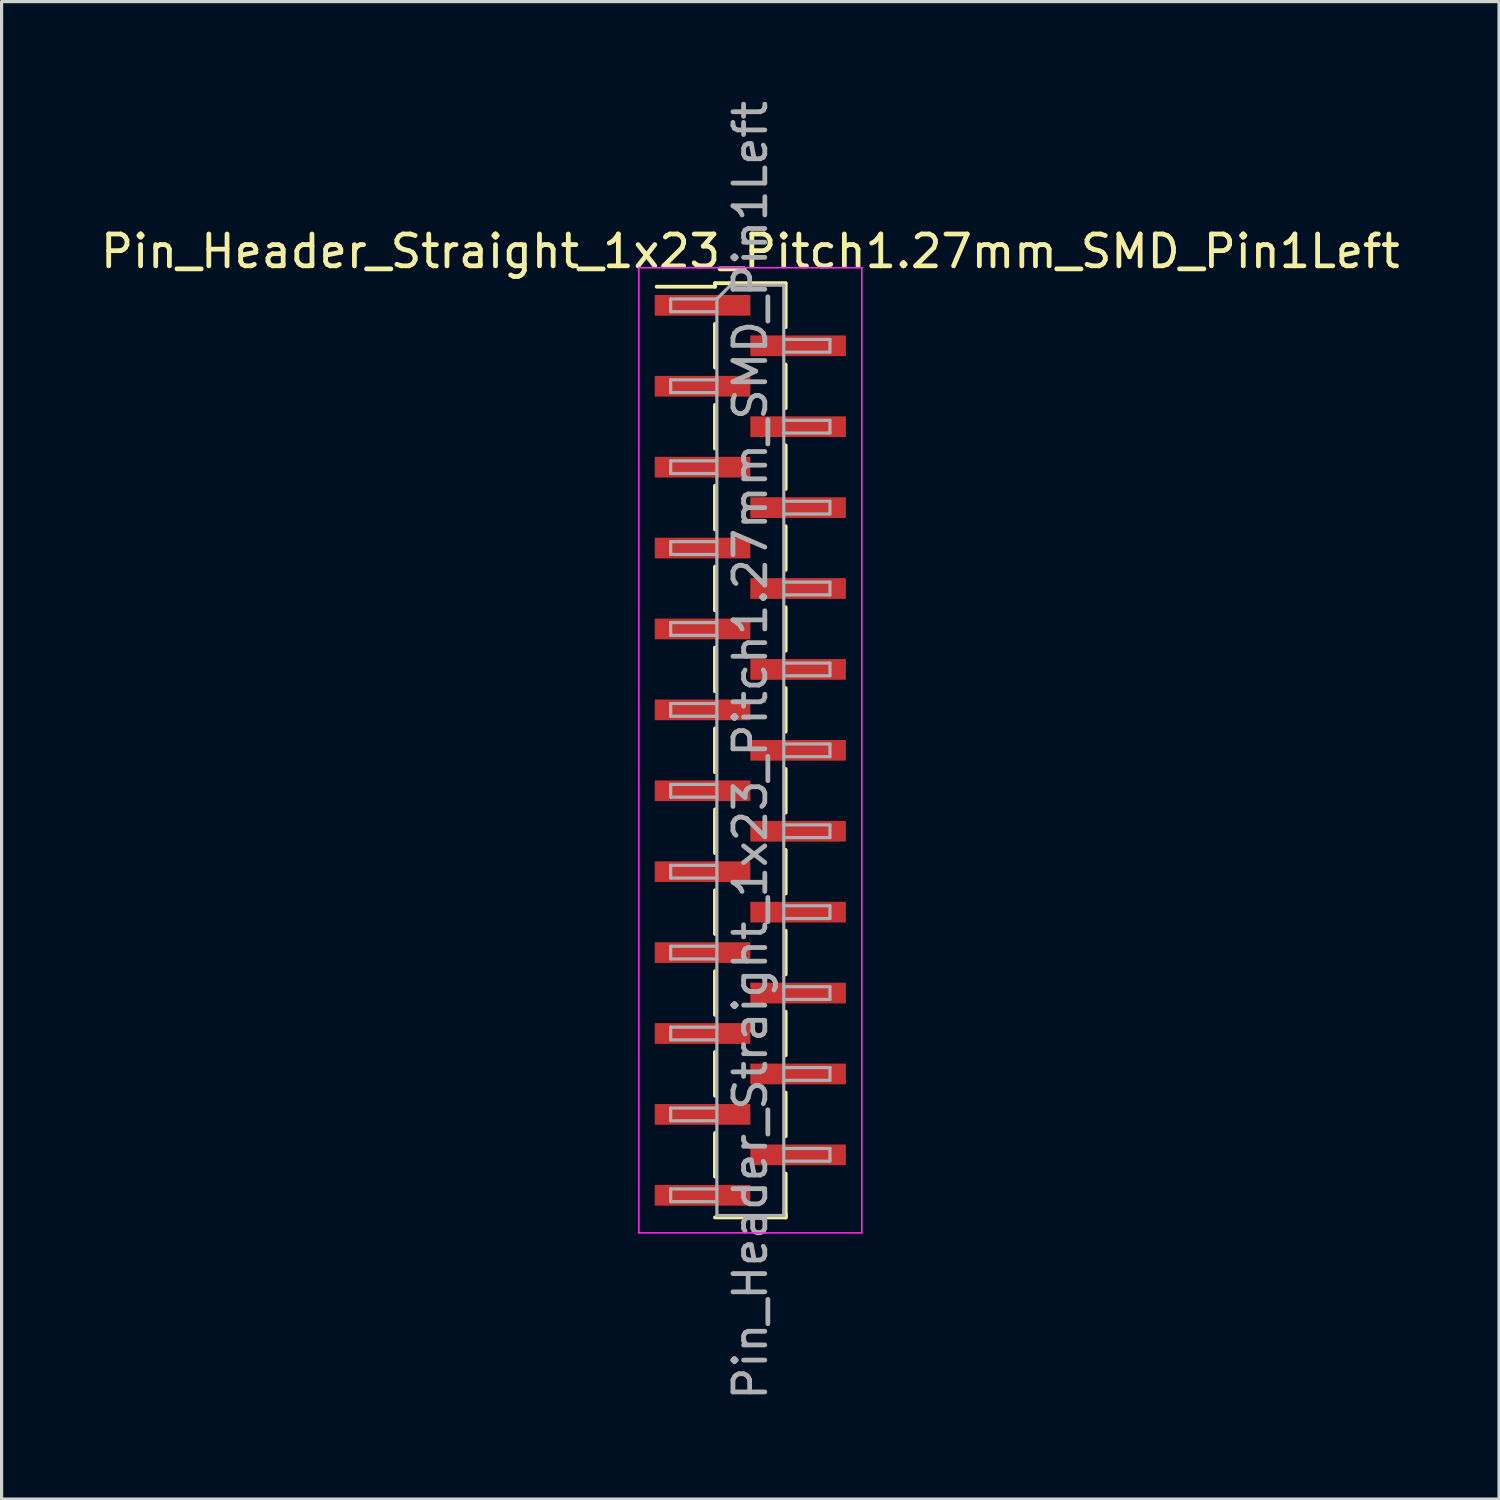
<source format=kicad_pcb>
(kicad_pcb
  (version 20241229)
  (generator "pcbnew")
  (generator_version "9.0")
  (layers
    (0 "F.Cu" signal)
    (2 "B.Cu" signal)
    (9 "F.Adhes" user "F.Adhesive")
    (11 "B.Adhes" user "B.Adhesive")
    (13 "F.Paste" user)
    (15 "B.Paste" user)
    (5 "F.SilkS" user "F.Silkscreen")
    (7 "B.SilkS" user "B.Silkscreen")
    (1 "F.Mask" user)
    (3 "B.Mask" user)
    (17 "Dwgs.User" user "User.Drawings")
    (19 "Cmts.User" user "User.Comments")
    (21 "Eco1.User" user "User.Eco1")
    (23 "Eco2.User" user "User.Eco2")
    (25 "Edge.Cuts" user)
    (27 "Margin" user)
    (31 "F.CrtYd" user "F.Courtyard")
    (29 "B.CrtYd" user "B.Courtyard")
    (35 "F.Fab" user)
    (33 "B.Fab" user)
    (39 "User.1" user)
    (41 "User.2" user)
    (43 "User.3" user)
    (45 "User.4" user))
  (footprint "Pin_Header_Straight_1x23_Pitch1.27mm_SMD_Pin1Left"
    (layer "F.Cu")
    (at 20.506 20.506)
    (property "Reference" "Pin_Header_Straight_1x23_Pitch1.27mm_SMD_Pin1Left" (at 0 -15.665 0) (layer "F.SilkS") (effects (font (size 1 1) (thickness 0.15))))
    (attr smd)
    (fp_line (start -1.11 -14.665) (end -1.11 -14.555) (stroke (width 0.12) (type solid)) (layer "F.SilkS"))
    (fp_line (start -1.11 -14.665) (end 1.11 -14.665) (stroke (width 0.12) (type solid)) (layer "F.SilkS"))
    (fp_line (start -1.11 -14.555) (end -2.94 -14.555) (stroke (width 0.12) (type solid)) (layer "F.SilkS"))
    (fp_line (start -1.11 -13.385) (end -1.11 -12.015) (stroke (width 0.12) (type solid)) (layer "F.SilkS"))
    (fp_line (start -1.11 -10.845) (end -1.11 -9.475) (stroke (width 0.12) (type solid)) (layer "F.SilkS"))
    (fp_line (start -1.11 -8.305) (end -1.11 -6.935) (stroke (width 0.12) (type solid)) (layer "F.SilkS"))
    (fp_line (start -1.11 -5.765) (end -1.11 -4.395) (stroke (width 0.12) (type solid)) (layer "F.SilkS"))
    (fp_line (start -1.11 -3.225) (end -1.11 -1.855) (stroke (width 0.12) (type solid)) (layer "F.SilkS"))
    (fp_line (start -1.11 -0.685) (end -1.11 0.685) (stroke (width 0.12) (type solid)) (layer "F.SilkS"))
    (fp_line (start -1.11 1.855) (end -1.11 3.225) (stroke (width 0.12) (type solid)) (layer "F.SilkS"))
    (fp_line (start -1.11 4.395) (end -1.11 5.765) (stroke (width 0.12) (type solid)) (layer "F.SilkS"))
    (fp_line (start -1.11 6.935) (end -1.11 8.305) (stroke (width 0.12) (type solid)) (layer "F.SilkS"))
    (fp_line (start -1.11 9.475) (end -1.11 10.845) (stroke (width 0.12) (type solid)) (layer "F.SilkS"))
    (fp_line (start -1.11 12.015) (end -1.11 13.385) (stroke (width 0.12) (type solid)) (layer "F.SilkS"))
    (fp_line (start -1.11 14.665) (end 1.11 14.665) (stroke (width 0.12) (type solid)) (layer "F.SilkS"))
    (fp_line (start 1.11 -14.655) (end 1.11 -13.285) (stroke (width 0.12) (type solid)) (layer "F.SilkS"))
    (fp_line (start 1.11 -12.115) (end 1.11 -10.745) (stroke (width 0.12) (type solid)) (layer "F.SilkS"))
    (fp_line (start 1.11 -9.575) (end 1.11 -8.205) (stroke (width 0.12) (type solid)) (layer "F.SilkS"))
    (fp_line (start 1.11 -7.035) (end 1.11 -5.665) (stroke (width 0.12) (type solid)) (layer "F.SilkS"))
    (fp_line (start 1.11 -4.495) (end 1.11 -3.125) (stroke (width 0.12) (type solid)) (layer "F.SilkS"))
    (fp_line (start 1.11 -1.955) (end 1.11 -0.585) (stroke (width 0.12) (type solid)) (layer "F.SilkS"))
    (fp_line (start 1.11 0.585) (end 1.11 1.955) (stroke (width 0.12) (type solid)) (layer "F.SilkS"))
    (fp_line (start 1.11 3.125) (end 1.11 4.495) (stroke (width 0.12) (type solid)) (layer "F.SilkS"))
    (fp_line (start 1.11 5.665) (end 1.11 7.035) (stroke (width 0.12) (type solid)) (layer "F.SilkS"))
    (fp_line (start 1.11 8.205) (end 1.11 9.575) (stroke (width 0.12) (type solid)) (layer "F.SilkS"))
    (fp_line (start 1.11 10.745) (end 1.11 12.115) (stroke (width 0.12) (type solid)) (layer "F.SilkS"))
    (fp_line (start 1.11 13.285) (end 1.11 14.655) (stroke (width 0.12) (type solid)) (layer "F.SilkS"))
    (fp_line (start 1.11 14.555) (end 1.11 14.665) (stroke (width 0.12) (type solid)) (layer "F.SilkS"))
    (fp_line (start -3.5 -15.15) (end -3.5 15.15) (stroke (width 0.05) (type solid)) (layer "F.CrtYd"))
    (fp_line (start -3.5 15.15) (end 3.5 15.15) (stroke (width 0.05) (type solid)) (layer "F.CrtYd"))
    (fp_line (start 3.5 -15.15) (end -3.5 -15.15) (stroke (width 0.05) (type solid)) (layer "F.CrtYd"))
    (fp_line (start 3.5 15.15) (end 3.5 -15.15) (stroke (width 0.05) (type solid)) (layer "F.CrtYd"))
    (fp_line (start -2.5 -14.17) (end -2.5 -13.77) (stroke (width 0.1) (type solid)) (layer "F.Fab"))
    (fp_line (start -2.5 -13.77) (end -1.05 -13.77) (stroke (width 0.1) (type solid)) (layer "F.Fab"))
    (fp_line (start -2.5 -11.63) (end -2.5 -11.23) (stroke (width 0.1) (type solid)) (layer "F.Fab"))
    (fp_line (start -2.5 -11.23) (end -1.05 -11.23) (stroke (width 0.1) (type solid)) (layer "F.Fab"))
    (fp_line (start -2.5 -9.09) (end -2.5 -8.69) (stroke (width 0.1) (type solid)) (layer "F.Fab"))
    (fp_line (start -2.5 -8.69) (end -1.05 -8.69) (stroke (width 0.1) (type solid)) (layer "F.Fab"))
    (fp_line (start -2.5 -6.55) (end -2.5 -6.15) (stroke (width 0.1) (type solid)) (layer "F.Fab"))
    (fp_line (start -2.5 -6.15) (end -1.05 -6.15) (stroke (width 0.1) (type solid)) (layer "F.Fab"))
    (fp_line (start -2.5 -4.01) (end -2.5 -3.61) (stroke (width 0.1) (type solid)) (layer "F.Fab"))
    (fp_line (start -2.5 -3.61) (end -1.05 -3.61) (stroke (width 0.1) (type solid)) (layer "F.Fab"))
    (fp_line (start -2.5 -1.47) (end -2.5 -1.07) (stroke (width 0.1) (type solid)) (layer "F.Fab"))
    (fp_line (start -2.5 -1.07) (end -1.05 -1.07) (stroke (width 0.1) (type solid)) (layer "F.Fab"))
    (fp_line (start -2.5 1.07) (end -2.5 1.47) (stroke (width 0.1) (type solid)) (layer "F.Fab"))
    (fp_line (start -2.5 1.47) (end -1.05 1.47) (stroke (width 0.1) (type solid)) (layer "F.Fab"))
    (fp_line (start -2.5 3.61) (end -2.5 4.01) (stroke (width 0.1) (type solid)) (layer "F.Fab"))
    (fp_line (start -2.5 4.01) (end -1.05 4.01) (stroke (width 0.1) (type solid)) (layer "F.Fab"))
    (fp_line (start -2.5 6.15) (end -2.5 6.55) (stroke (width 0.1) (type solid)) (layer "F.Fab"))
    (fp_line (start -2.5 6.55) (end -1.05 6.55) (stroke (width 0.1) (type solid)) (layer "F.Fab"))
    (fp_line (start -2.5 8.69) (end -2.5 9.09) (stroke (width 0.1) (type solid)) (layer "F.Fab"))
    (fp_line (start -2.5 9.09) (end -1.05 9.09) (stroke (width 0.1) (type solid)) (layer "F.Fab"))
    (fp_line (start -2.5 11.23) (end -2.5 11.63) (stroke (width 0.1) (type solid)) (layer "F.Fab"))
    (fp_line (start -2.5 11.63) (end -1.05 11.63) (stroke (width 0.1) (type solid)) (layer "F.Fab"))
    (fp_line (start -2.5 13.77) (end -2.5 14.17) (stroke (width 0.1) (type solid)) (layer "F.Fab"))
    (fp_line (start -2.5 14.17) (end -1.05 14.17) (stroke (width 0.1) (type solid)) (layer "F.Fab"))
    (fp_line (start -1.05 -14.17) (end -2.5 -14.17) (stroke (width 0.1) (type solid)) (layer "F.Fab"))
    (fp_line (start -1.05 -14.17) (end -0.615 -14.605) (stroke (width 0.1) (type solid)) (layer "F.Fab"))
    (fp_line (start -1.05 -11.63) (end -2.5 -11.63) (stroke (width 0.1) (type solid)) (layer "F.Fab"))
    (fp_line (start -1.05 -9.09) (end -2.5 -9.09) (stroke (width 0.1) (type solid)) (layer "F.Fab"))
    (fp_line (start -1.05 -6.55) (end -2.5 -6.55) (stroke (width 0.1) (type solid)) (layer "F.Fab"))
    (fp_line (start -1.05 -4.01) (end -2.5 -4.01) (stroke (width 0.1) (type solid)) (layer "F.Fab"))
    (fp_line (start -1.05 -1.47) (end -2.5 -1.47) (stroke (width 0.1) (type solid)) (layer "F.Fab"))
    (fp_line (start -1.05 1.07) (end -2.5 1.07) (stroke (width 0.1) (type solid)) (layer "F.Fab"))
    (fp_line (start -1.05 3.61) (end -2.5 3.61) (stroke (width 0.1) (type solid)) (layer "F.Fab"))
    (fp_line (start -1.05 6.15) (end -2.5 6.15) (stroke (width 0.1) (type solid)) (layer "F.Fab"))
    (fp_line (start -1.05 8.69) (end -2.5 8.69) (stroke (width 0.1) (type solid)) (layer "F.Fab"))
    (fp_line (start -1.05 11.23) (end -2.5 11.23) (stroke (width 0.1) (type solid)) (layer "F.Fab"))
    (fp_line (start -1.05 13.77) (end -2.5 13.77) (stroke (width 0.1) (type solid)) (layer "F.Fab"))
    (fp_line (start -1.05 14.605) (end -1.05 -14.17) (stroke (width 0.1) (type solid)) (layer "F.Fab"))
    (fp_line (start -0.615 -14.605) (end 1.05 -14.605) (stroke (width 0.1) (type solid)) (layer "F.Fab"))
    (fp_line (start 1.05 -14.605) (end 1.05 14.605) (stroke (width 0.1) (type solid)) (layer "F.Fab"))
    (fp_line (start 1.05 -12.9) (end 2.5 -12.9) (stroke (width 0.1) (type solid)) (layer "F.Fab"))
    (fp_line (start 1.05 -10.36) (end 2.5 -10.36) (stroke (width 0.1) (type solid)) (layer "F.Fab"))
    (fp_line (start 1.05 -7.82) (end 2.5 -7.82) (stroke (width 0.1) (type solid)) (layer "F.Fab"))
    (fp_line (start 1.05 -5.28) (end 2.5 -5.28) (stroke (width 0.1) (type solid)) (layer "F.Fab"))
    (fp_line (start 1.05 -2.74) (end 2.5 -2.74) (stroke (width 0.1) (type solid)) (layer "F.Fab"))
    (fp_line (start 1.05 -0.2) (end 2.5 -0.2) (stroke (width 0.1) (type solid)) (layer "F.Fab"))
    (fp_line (start 1.05 2.34) (end 2.5 2.34) (stroke (width 0.1) (type solid)) (layer "F.Fab"))
    (fp_line (start 1.05 4.88) (end 2.5 4.88) (stroke (width 0.1) (type solid)) (layer "F.Fab"))
    (fp_line (start 1.05 7.42) (end 2.5 7.42) (stroke (width 0.1) (type solid)) (layer "F.Fab"))
    (fp_line (start 1.05 9.96) (end 2.5 9.96) (stroke (width 0.1) (type solid)) (layer "F.Fab"))
    (fp_line (start 1.05 12.5) (end 2.5 12.5) (stroke (width 0.1) (type solid)) (layer "F.Fab"))
    (fp_line (start 1.05 14.605) (end -1.05 14.605) (stroke (width 0.1) (type solid)) (layer "F.Fab"))
    (fp_line (start 2.5 -12.9) (end 2.5 -12.5) (stroke (width 0.1) (type solid)) (layer "F.Fab"))
    (fp_line (start 2.5 -12.5) (end 1.05 -12.5) (stroke (width 0.1) (type solid)) (layer "F.Fab"))
    (fp_line (start 2.5 -10.36) (end 2.5 -9.96) (stroke (width 0.1) (type solid)) (layer "F.Fab"))
    (fp_line (start 2.5 -9.96) (end 1.05 -9.96) (stroke (width 0.1) (type solid)) (layer "F.Fab"))
    (fp_line (start 2.5 -7.82) (end 2.5 -7.42) (stroke (width 0.1) (type solid)) (layer "F.Fab"))
    (fp_line (start 2.5 -7.42) (end 1.05 -7.42) (stroke (width 0.1) (type solid)) (layer "F.Fab"))
    (fp_line (start 2.5 -5.28) (end 2.5 -4.88) (stroke (width 0.1) (type solid)) (layer "F.Fab"))
    (fp_line (start 2.5 -4.88) (end 1.05 -4.88) (stroke (width 0.1) (type solid)) (layer "F.Fab"))
    (fp_line (start 2.5 -2.74) (end 2.5 -2.34) (stroke (width 0.1) (type solid)) (layer "F.Fab"))
    (fp_line (start 2.5 -2.34) (end 1.05 -2.34) (stroke (width 0.1) (type solid)) (layer "F.Fab"))
    (fp_line (start 2.5 -0.2) (end 2.5 0.2) (stroke (width 0.1) (type solid)) (layer "F.Fab"))
    (fp_line (start 2.5 0.2) (end 1.05 0.2) (stroke (width 0.1) (type solid)) (layer "F.Fab"))
    (fp_line (start 2.5 2.34) (end 2.5 2.74) (stroke (width 0.1) (type solid)) (layer "F.Fab"))
    (fp_line (start 2.5 2.74) (end 1.05 2.74) (stroke (width 0.1) (type solid)) (layer "F.Fab"))
    (fp_line (start 2.5 4.88) (end 2.5 5.28) (stroke (width 0.1) (type solid)) (layer "F.Fab"))
    (fp_line (start 2.5 5.28) (end 1.05 5.28) (stroke (width 0.1) (type solid)) (layer "F.Fab"))
    (fp_line (start 2.5 7.42) (end 2.5 7.82) (stroke (width 0.1) (type solid)) (layer "F.Fab"))
    (fp_line (start 2.5 7.82) (end 1.05 7.82) (stroke (width 0.1) (type solid)) (layer "F.Fab"))
    (fp_line (start 2.5 9.96) (end 2.5 10.36) (stroke (width 0.1) (type solid)) (layer "F.Fab"))
    (fp_line (start 2.5 10.36) (end 1.05 10.36) (stroke (width 0.1) (type solid)) (layer "F.Fab"))
    (fp_line (start 2.5 12.5) (end 2.5 12.9) (stroke (width 0.1) (type solid)) (layer "F.Fab"))
    (fp_line (start 2.5 12.9) (end 1.05 12.9) (stroke (width 0.1) (type solid)) (layer "F.Fab"))
    (fp_text user "${REFERENCE}" (at 0 0 90) (layer "F.Fab") (effects (font (size 1 1) (thickness 0.15))))
    (pad "1" smd rect (at -1.5 -13.97) (size 3 0.65) (layers "F.Cu" "F.Mask" "F.Paste"))
    (pad "2" smd rect (at 1.5 -12.7) (size 3 0.65) (layers "F.Cu" "F.Mask" "F.Paste"))
    (pad "3" smd rect (at -1.5 -11.43) (size 3 0.65) (layers "F.Cu" "F.Mask" "F.Paste"))
    (pad "4" smd rect (at 1.5 -10.16) (size 3 0.65) (layers "F.Cu" "F.Mask" "F.Paste"))
    (pad "5" smd rect (at -1.5 -8.89) (size 3 0.65) (layers "F.Cu" "F.Mask" "F.Paste"))
    (pad "6" smd rect (at 1.5 -7.62) (size 3 0.65) (layers "F.Cu" "F.Mask" "F.Paste"))
    (pad "7" smd rect (at -1.5 -6.35) (size 3 0.65) (layers "F.Cu" "F.Mask" "F.Paste"))
    (pad "8" smd rect (at 1.5 -5.08) (size 3 0.65) (layers "F.Cu" "F.Mask" "F.Paste"))
    (pad "9" smd rect (at -1.5 -3.81) (size 3 0.65) (layers "F.Cu" "F.Mask" "F.Paste"))
    (pad "10" smd rect (at 1.5 -2.54) (size 3 0.65) (layers "F.Cu" "F.Mask" "F.Paste"))
    (pad "11" smd rect (at -1.5 -1.27) (size 3 0.65) (layers "F.Cu" "F.Mask" "F.Paste"))
    (pad "12" smd rect (at 1.5 0) (size 3 0.65) (layers "F.Cu" "F.Mask" "F.Paste"))
    (pad "13" smd rect (at -1.5 1.27) (size 3 0.65) (layers "F.Cu" "F.Mask" "F.Paste"))
    (pad "14" smd rect (at 1.5 2.54) (size 3 0.65) (layers "F.Cu" "F.Mask" "F.Paste"))
    (pad "15" smd rect (at -1.5 3.81) (size 3 0.65) (layers "F.Cu" "F.Mask" "F.Paste"))
    (pad "16" smd rect (at 1.5 5.08) (size 3 0.65) (layers "F.Cu" "F.Mask" "F.Paste"))
    (pad "17" smd rect (at -1.5 6.35) (size 3 0.65) (layers "F.Cu" "F.Mask" "F.Paste"))
    (pad "18" smd rect (at 1.5 7.62) (size 3 0.65) (layers "F.Cu" "F.Mask" "F.Paste"))
    (pad "19" smd rect (at -1.5 8.89) (size 3 0.65) (layers "F.Cu" "F.Mask" "F.Paste"))
    (pad "20" smd rect (at 1.5 10.16) (size 3 0.65) (layers "F.Cu" "F.Mask" "F.Paste"))
    (pad "21" smd rect (at -1.5 11.43) (size 3 0.65) (layers "F.Cu" "F.Mask" "F.Paste"))
    (pad "22" smd rect (at 1.5 12.7) (size 3 0.65) (layers "F.Cu" "F.Mask" "F.Paste"))
    (pad "23" smd rect (at -1.5 13.97) (size 3 0.65) (layers "F.Cu" "F.Mask" "F.Paste")))
  (gr_rect
    (start -3 -3)
    (end 44.012 44.012)
    (stroke (width 0.1) (type default))
    (fill no)
    (layer "Edge.Cuts")))
</source>
